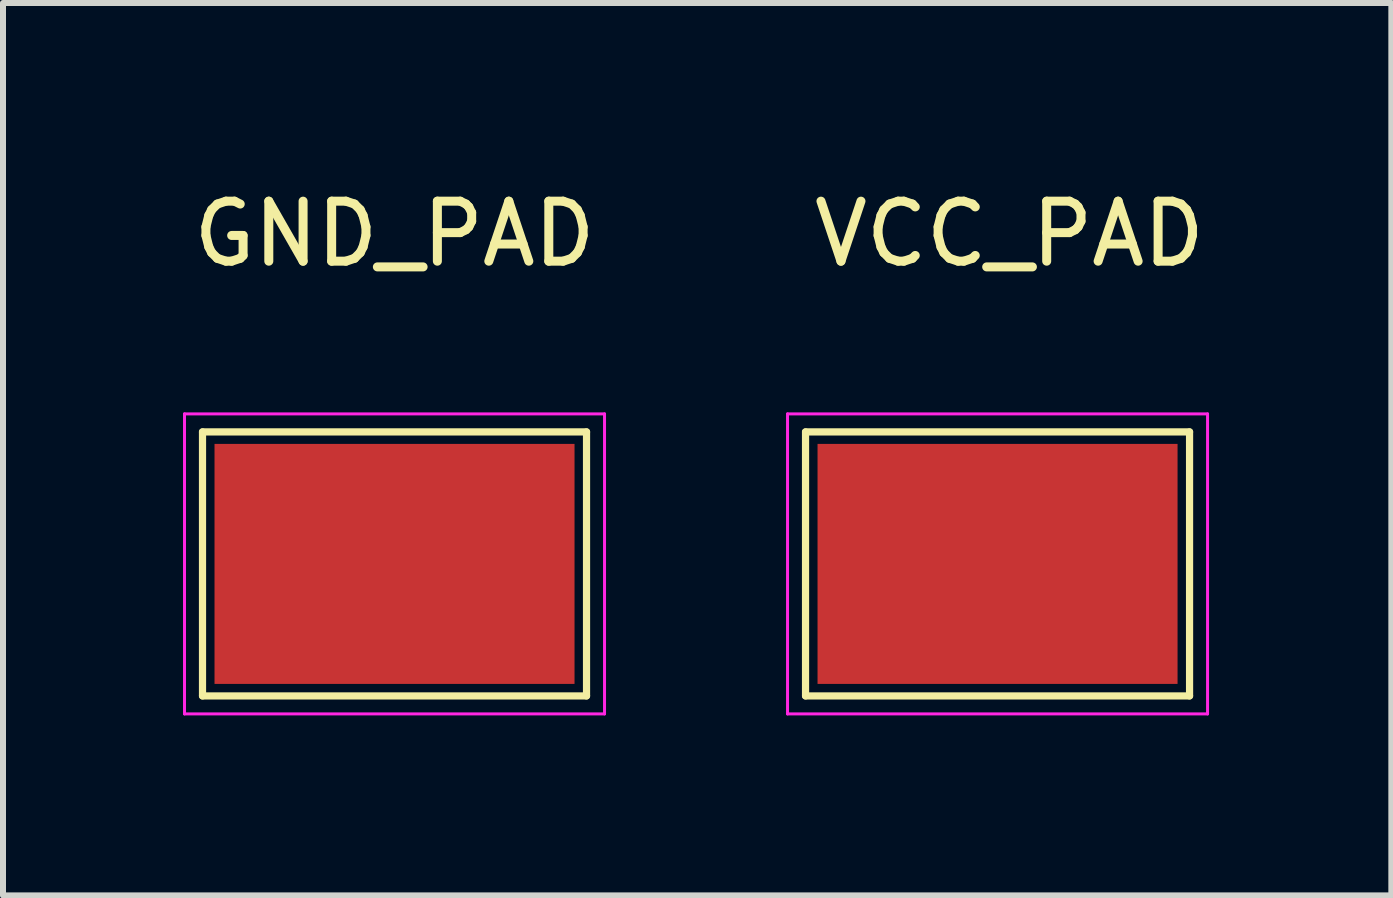
<source format=kicad_pcb>
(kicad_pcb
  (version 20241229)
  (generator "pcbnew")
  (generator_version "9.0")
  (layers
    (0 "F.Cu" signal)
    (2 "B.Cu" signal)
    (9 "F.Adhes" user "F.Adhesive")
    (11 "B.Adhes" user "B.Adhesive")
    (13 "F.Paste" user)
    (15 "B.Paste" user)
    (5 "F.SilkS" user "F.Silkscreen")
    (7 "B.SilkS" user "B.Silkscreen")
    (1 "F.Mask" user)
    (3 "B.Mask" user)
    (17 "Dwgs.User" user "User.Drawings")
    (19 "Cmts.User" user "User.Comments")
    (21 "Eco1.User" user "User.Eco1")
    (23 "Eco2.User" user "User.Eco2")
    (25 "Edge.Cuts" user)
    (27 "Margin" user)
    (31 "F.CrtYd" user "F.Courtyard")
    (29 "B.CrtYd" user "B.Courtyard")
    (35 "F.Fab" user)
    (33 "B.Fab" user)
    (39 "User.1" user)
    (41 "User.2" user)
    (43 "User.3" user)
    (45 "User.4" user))
  (footprint "VCC_PAD"
    (layer "F.Cu")
    (at 13.775 3.848)
    (property "Reference" "VCC_PAD" (at 0 -3 0) (unlocked yes) (layer "F.SilkS") (effects (font (size 1 1) (thickness 0.15))))
    (fp_line (start -3.4 0.3) (end 3 0.3) (stroke (width 0.12) (type solid)) (layer "F.SilkS"))
    (fp_line (start -3.4 4.7) (end -3.4 0.3) (stroke (width 0.12) (type solid)) (layer "F.SilkS"))
    (fp_line (start 3 0.3) (end 3 4.7) (stroke (width 0.12) (type solid)) (layer "F.SilkS"))
    (fp_line (start 3 4.7) (end -3.4 4.7) (stroke (width 0.12) (type solid)) (layer "F.SilkS"))
    (fp_line (start -3.7 0) (end -3.7 5) (stroke (width 0.05) (type solid)) (layer "F.CrtYd"))
    (fp_line (start -3.7 0) (end 3.3 0) (stroke (width 0.05) (type solid)) (layer "F.CrtYd"))
    (fp_line (start 3.3 5) (end -3.7 5) (stroke (width 0.05) (type solid)) (layer "F.CrtYd"))
    (fp_line (start 3.3 5) (end 3.3 0) (stroke (width 0.05) (type solid)) (layer "F.CrtYd"))
    (pad "VCC" smd rect (at -0.2 2.5) (size 6 4) (layers "F.Cu" "F.Mask")))
  (footprint "GND_PAD"
    (layer "F.Cu")
    (at 3.525 5.348)
    (property "Reference" "GND_PAD" (at 0 -4.5 0) (unlocked yes) (layer "F.SilkS") (effects (font (size 1 1) (thickness 0.15))))
    (fp_line (start -3.2 -1.2) (end 3.2 -1.2) (stroke (width 0.12) (type solid)) (layer "F.SilkS"))
    (fp_line (start -3.2 3.2) (end -3.2 -1.2) (stroke (width 0.12) (type solid)) (layer "F.SilkS"))
    (fp_line (start 3.2 -1.2) (end 3.2 3.2) (stroke (width 0.12) (type solid)) (layer "F.SilkS"))
    (fp_line (start 3.2 3.2) (end -3.2 3.2) (stroke (width 0.12) (type solid)) (layer "F.SilkS"))
    (fp_line (start -3.5 -1.5) (end -3.5 3.5) (stroke (width 0.05) (type solid)) (layer "F.CrtYd"))
    (fp_line (start -3.5 -1.5) (end 3.5 -1.5) (stroke (width 0.05) (type solid)) (layer "F.CrtYd"))
    (fp_line (start 3.5 3.5) (end -3.5 3.5) (stroke (width 0.05) (type solid)) (layer "F.CrtYd"))
    (fp_line (start 3.5 3.5) (end 3.5 -1.5) (stroke (width 0.05) (type solid)) (layer "F.CrtYd"))
    (pad "GND" smd rect (at 0 1) (size 6 4) (layers "F.Cu" "F.Mask")))
  (gr_rect
    (start -3 -3)
    (end 20.138 11.873)
    (stroke (width 0.1) (type default))
    (fill no)
    (layer "Edge.Cuts")))
</source>
